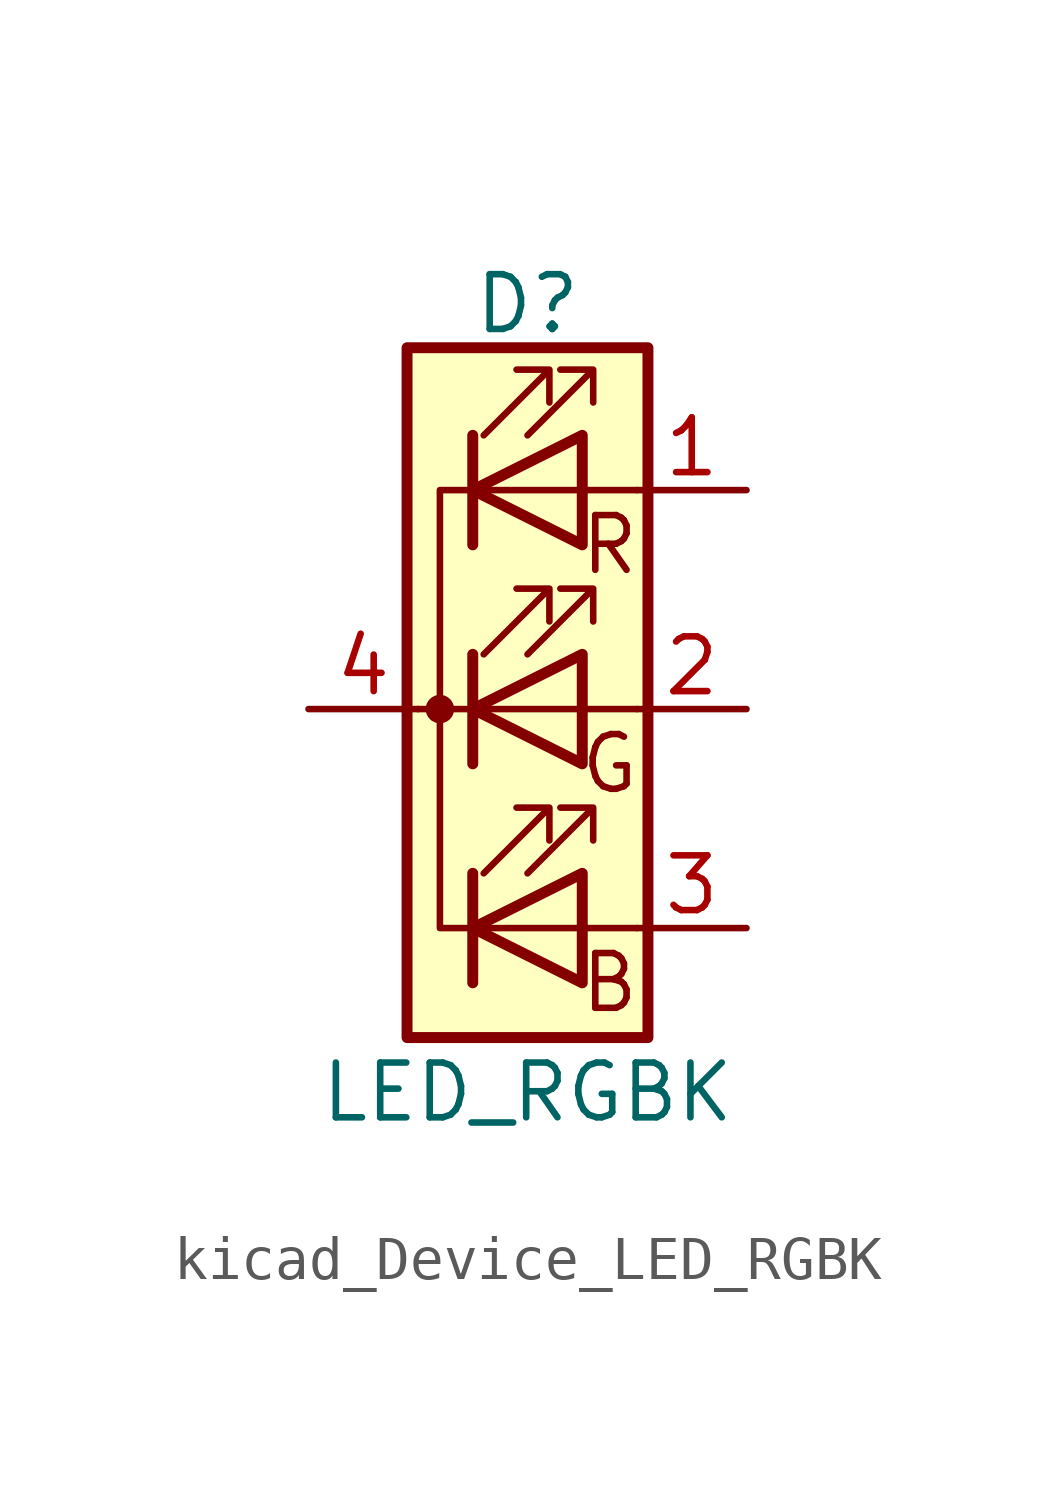
<source format=kicad_sym>
(kicad_symbol_lib
  (version 20220914)
  (generator kicad_symbol_editor)
  (symbol "kicad_Device_LED_RGBK"
    (pin_names
      (offset 0) hide)
    (property "Reference" "D"
      (at 0 9.398 0)
      (effects (font (size 1.27 1.27))))
    (property "Value" "LED_RGBK"
      (at 0 -8.89 0)
      (effects (font (size 1.27 1.27))))
    (symbol "kicad_Device_LED_RGBK_0_0"
      (text "B" (at 1.905 -6.35 0) (effects (font (size 1.27 1.27))))
      (text "G" (at 1.905 -1.27 0) (effects (font (size 1.27 1.27))))
      (text "R" (at 1.905 3.81 0) (effects (font (size 1.27 1.27)))))
    (symbol "kicad_Device_LED_RGBK_0_1"
      (circle (center -2.032 0) (radius 0.254) (stroke (width 0) (type default)) (fill (type outline)))
      (polyline (pts (xy -1.27 -5.08) (xy 1.27 -5.08)) (stroke (width 0) (type default)) (fill (type none)))
      (polyline (pts (xy -1.27 -3.81) (xy -1.27 -6.35)) (stroke (width 0.254) (type default)) (fill (type none)))
      (polyline (pts (xy -1.27 0) (xy -2.54 0)) (stroke (width 0) (type default)) (fill (type none)))
      (polyline (pts (xy -1.27 1.27) (xy -1.27 -1.27)) (stroke (width 0.254) (type default)) (fill (type none)))
      (polyline (pts (xy -1.27 5.08) (xy 1.27 5.08)) (stroke (width 0) (type default)) (fill (type none)))
      (polyline (pts (xy -1.27 6.35) (xy -1.27 3.81)) (stroke (width 0.254) (type default)) (fill (type none)))
      (polyline (pts (xy 1.27 -5.08) (xy 2.54 -5.08)) (stroke (width 0) (type default)) (fill (type none)))
      (polyline (pts (xy 1.27 0) (xy -1.27 0)) (stroke (width 0) (type default)) (fill (type none)))
      (polyline (pts (xy 1.27 0) (xy 2.54 0)) (stroke (width 0) (type default)) (fill (type none)))
      (polyline (pts (xy 1.27 5.08) (xy 2.54 5.08)) (stroke (width 0) (type default)) (fill (type none)))
      (polyline (pts (xy -1.27 1.27) (xy -1.27 -1.27) (xy -1.27 -1.27)) (stroke (width 0) (type default)) (fill (type none)))
      (polyline (pts (xy -1.27 6.35) (xy -1.27 3.81) (xy -1.27 3.81)) (stroke (width 0) (type default)) (fill (type none)))
      (polyline (pts (xy -1.27 5.08) (xy -2.032 5.08) (xy -2.032 -5.08) (xy -1.016 -5.08)) (stroke (width 0) (type default)) (fill (type none)))
      (polyline (pts (xy 1.27 -3.81) (xy 1.27 -6.35) (xy -1.27 -5.08) (xy 1.27 -3.81)) (stroke (width 0.254) (type default)) (fill (type none)))
      (polyline (pts (xy 1.27 1.27) (xy 1.27 -1.27) (xy -1.27 0) (xy 1.27 1.27)) (stroke (width 0.254) (type default)) (fill (type none)))
      (polyline (pts (xy 1.27 6.35) (xy 1.27 3.81) (xy -1.27 5.08) (xy 1.27 6.35)) (stroke (width 0.254) (type default)) (fill (type none)))
      (polyline (pts (xy -1.016 -3.81) (xy 0.508 -2.286) (xy -0.254 -2.286) (xy 0.508 -2.286) (xy 0.508 -3.048)) (stroke (width 0) (type default)) (fill (type none)))
      (polyline (pts (xy -1.016 1.27) (xy 0.508 2.794) (xy -0.254 2.794) (xy 0.508 2.794) (xy 0.508 2.032)) (stroke (width 0) (type default)) (fill (type none)))
      (polyline (pts (xy -1.016 6.35) (xy 0.508 7.874) (xy -0.254 7.874) (xy 0.508 7.874) (xy 0.508 7.112)) (stroke (width 0) (type default)) (fill (type none)))
      (polyline (pts (xy 0 -3.81) (xy 1.524 -2.286) (xy 0.762 -2.286) (xy 1.524 -2.286) (xy 1.524 -3.048)) (stroke (width 0) (type default)) (fill (type none)))
      (polyline (pts (xy 0 1.27) (xy 1.524 2.794) (xy 0.762 2.794) (xy 1.524 2.794) (xy 1.524 2.032)) (stroke (width 0) (type default)) (fill (type none)))
      (polyline (pts (xy 0 6.35) (xy 1.524 7.874) (xy 0.762 7.874) (xy 1.524 7.874) (xy 1.524 7.112)) (stroke (width 0) (type default)) (fill (type none)))
      (rectangle (start 1.27 -1.27) (end 1.27 1.27) (stroke (width 0) (type default)) (fill (type none)))
      (rectangle (start 1.27 1.27) (end 1.27 1.27) (stroke (width 0) (type default)) (fill (type none)))
      (rectangle (start 1.27 3.81) (end 1.27 6.35) (stroke (width 0) (type default)) (fill (type none)))
      (rectangle (start 1.27 6.35) (end 1.27 6.35) (stroke (width 0) (type default)) (fill (type none)))
      (rectangle (start 2.794 8.382) (end -2.794 -7.62) (stroke (width 0.254) (type default)) (fill (type background))))
    (symbol "kicad_Device_LED_RGBK_1_1"
      (pin passive line (at 5.08 5.08 180) (length 2.54) (name "RA" (effects (font (size 1.27 1.27)))) (number "1" (effects (font (size 1.27 1.27)))))
      (pin passive line (at 5.08 0 180) (length 2.54) (name "GA" (effects (font (size 1.27 1.27)))) (number "2" (effects (font (size 1.27 1.27)))))
      (pin passive line (at 5.08 -5.08 180) (length 2.54) (name "BA" (effects (font (size 1.27 1.27)))) (number "3" (effects (font (size 1.27 1.27)))))
      (pin passive line (at -5.08 0 0) (length 2.54) (name "K" (effects (font (size 1.27 1.27)))) (number "4" (effects (font (size 1.27 1.27))))))))
</source>
